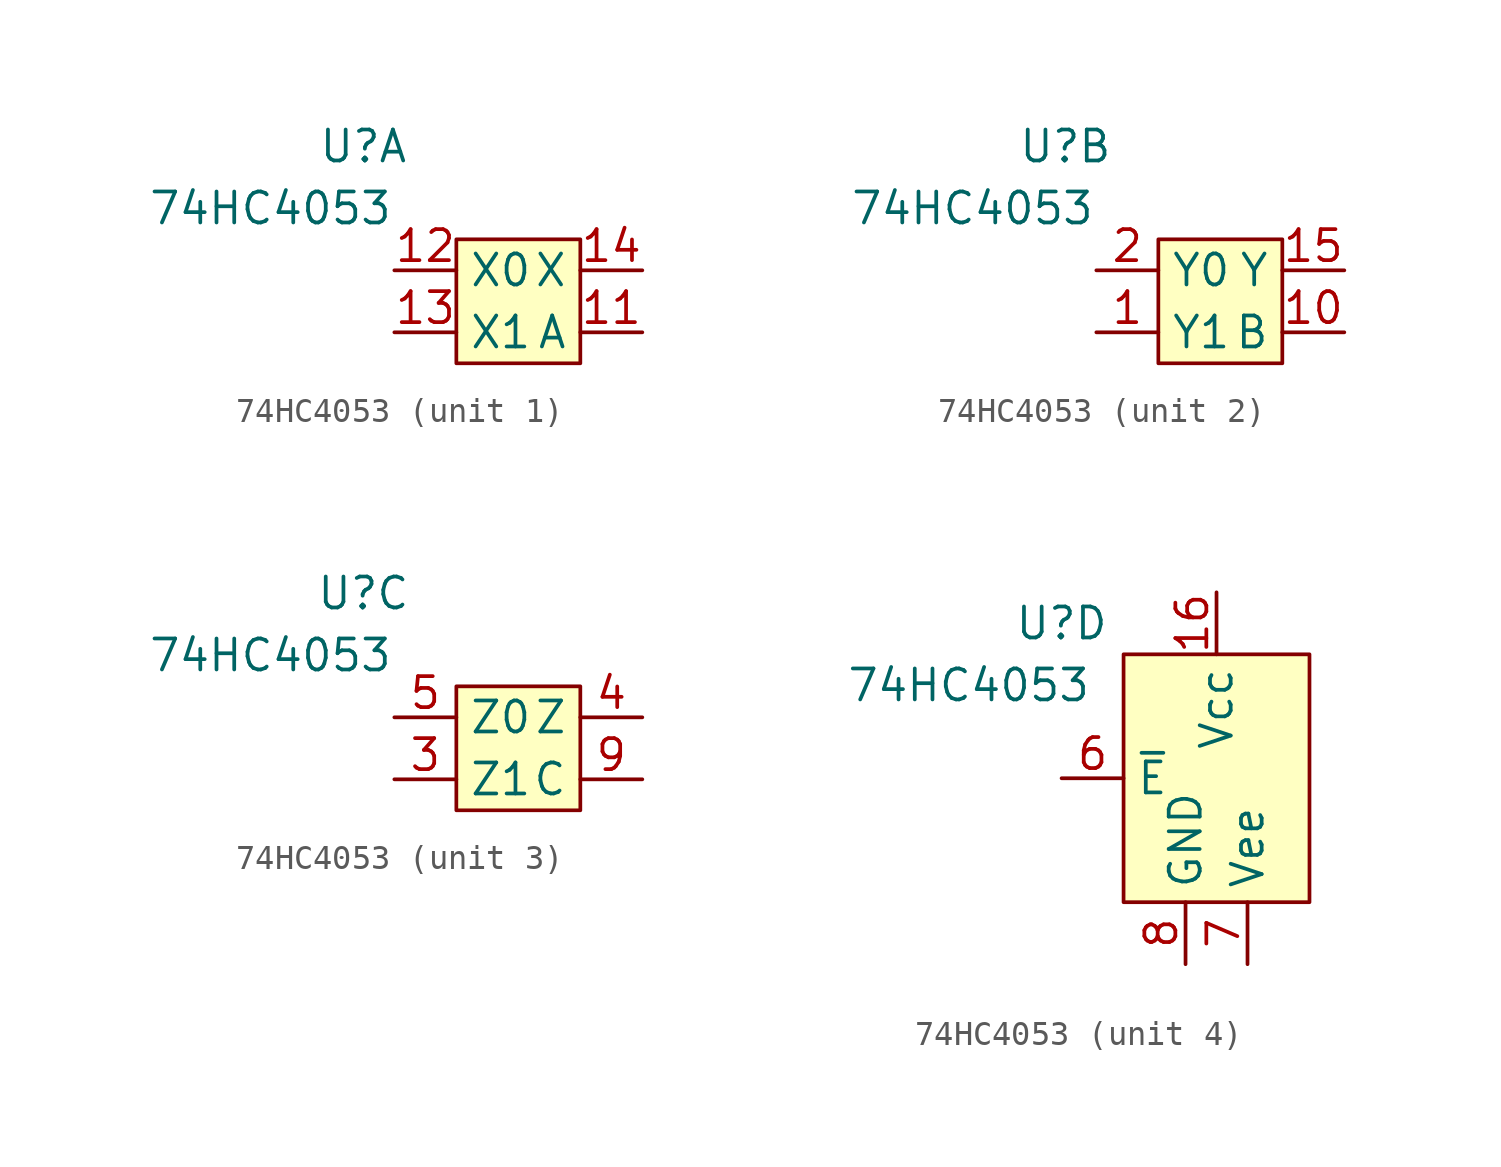
<source format=kicad_sym>
(kicad_symbol_lib
  (version 20211014)
  (generator kicad_symbol_editor)
  (symbol "74HC4053"
    (property "Reference" "U"
      (at -6.35 6.35 0)
      (effects (font (size 1.27 1.27))))
    (property "Value" "74HC4053"
      (at -10.16 3.81 0)
      (effects (font (size 1.27 1.27))))
    (property "ki_locked" ""
      (at 0 0 0)
      (effects (font (size 1.27 1.27))))
    (symbol "74HC4053_1_1"
      (rectangle (start -2.54 2.54) (end 2.54 -2.54) (stroke (width 0.152) (type default) (color 0 0 0 0)) (fill (type background)))
      (pin input line (at 5.08 -1.27 180) (length 2.54) (name "A" (effects (font (size 1.27 1.27)))) (number "11" (effects (font (size 1.27 1.27)))))
      (pin passive line (at -5.08 1.27 0) (length 2.54) (name "X0" (effects (font (size 1.27 1.27)))) (number "12" (effects (font (size 1.27 1.27)))))
      (pin passive line (at -5.08 -1.27 0) (length 2.54) (name "X1" (effects (font (size 1.27 1.27)))) (number "13" (effects (font (size 1.27 1.27)))))
      (pin passive line (at 5.08 1.27 180) (length 2.54) (name "X" (effects (font (size 1.27 1.27)))) (number "14" (effects (font (size 1.27 1.27))))))
    (symbol "74HC4053_2_1"
      (rectangle (start -2.54 2.54) (end 2.54 -2.54) (stroke (width 0.152) (type default) (color 0 0 0 0)) (fill (type background)))
      (pin passive line (at -5.08 -1.27 0) (length 2.54) (name "Y1" (effects (font (size 1.27 1.27)))) (number "1" (effects (font (size 1.27 1.27)))))
      (pin input line (at 5.08 -1.27 180) (length 2.54) (name "B" (effects (font (size 1.27 1.27)))) (number "10" (effects (font (size 1.27 1.27)))))
      (pin passive line (at 5.08 1.27 180) (length 2.54) (name "Y" (effects (font (size 1.27 1.27)))) (number "15" (effects (font (size 1.27 1.27)))))
      (pin passive line (at -5.08 1.27 0) (length 2.54) (name "Y0" (effects (font (size 1.27 1.27)))) (number "2" (effects (font (size 1.27 1.27))))))
    (symbol "74HC4053_3_1"
      (rectangle (start -2.54 2.54) (end 2.54 -2.54) (stroke (width 0.152) (type default) (color 0 0 0 0)) (fill (type background)))
      (pin passive line (at -5.08 -1.27 0) (length 2.54) (name "Z1" (effects (font (size 1.27 1.27)))) (number "3" (effects (font (size 1.27 1.27)))))
      (pin passive line (at 5.08 1.27 180) (length 2.54) (name "Z" (effects (font (size 1.27 1.27)))) (number "4" (effects (font (size 1.27 1.27)))))
      (pin passive line (at -5.08 1.27 0) (length 2.54) (name "Z0" (effects (font (size 1.27 1.27)))) (number "5" (effects (font (size 1.27 1.27)))))
      (pin input line (at 5.08 -1.27 180) (length 2.54) (name "C" (effects (font (size 1.27 1.27)))) (number "9" (effects (font (size 1.27 1.27))))))
    (symbol "74HC4053_4_1"
      (rectangle (start -3.81 5.08) (end 3.81 -5.08) (stroke (width 0.152) (type default) (color 0 0 0 0)) (fill (type background)))
      (pin power_in line (at 0 7.62 270) (length 2.54) (name "Vcc" (effects (font (size 1.27 1.27)))) (number "16" (effects (font (size 1.27 1.27)))))
      (pin input line (at -6.35 0 0) (length 2.54) (name "~{E}" (effects (font (size 1.27 1.27)))) (number "6" (effects (font (size 1.27 1.27)))))
      (pin power_in line (at 1.27 -7.62 90) (length 2.54) (name "Vee" (effects (font (size 1.27 1.27)))) (number "7" (effects (font (size 1.27 1.27)))))
      (pin power_in line (at -1.27 -7.62 90) (length 2.54) (name "GND" (effects (font (size 1.27 1.27)))) (number "8" (effects (font (size 1.27 1.27))))))))
</source>
